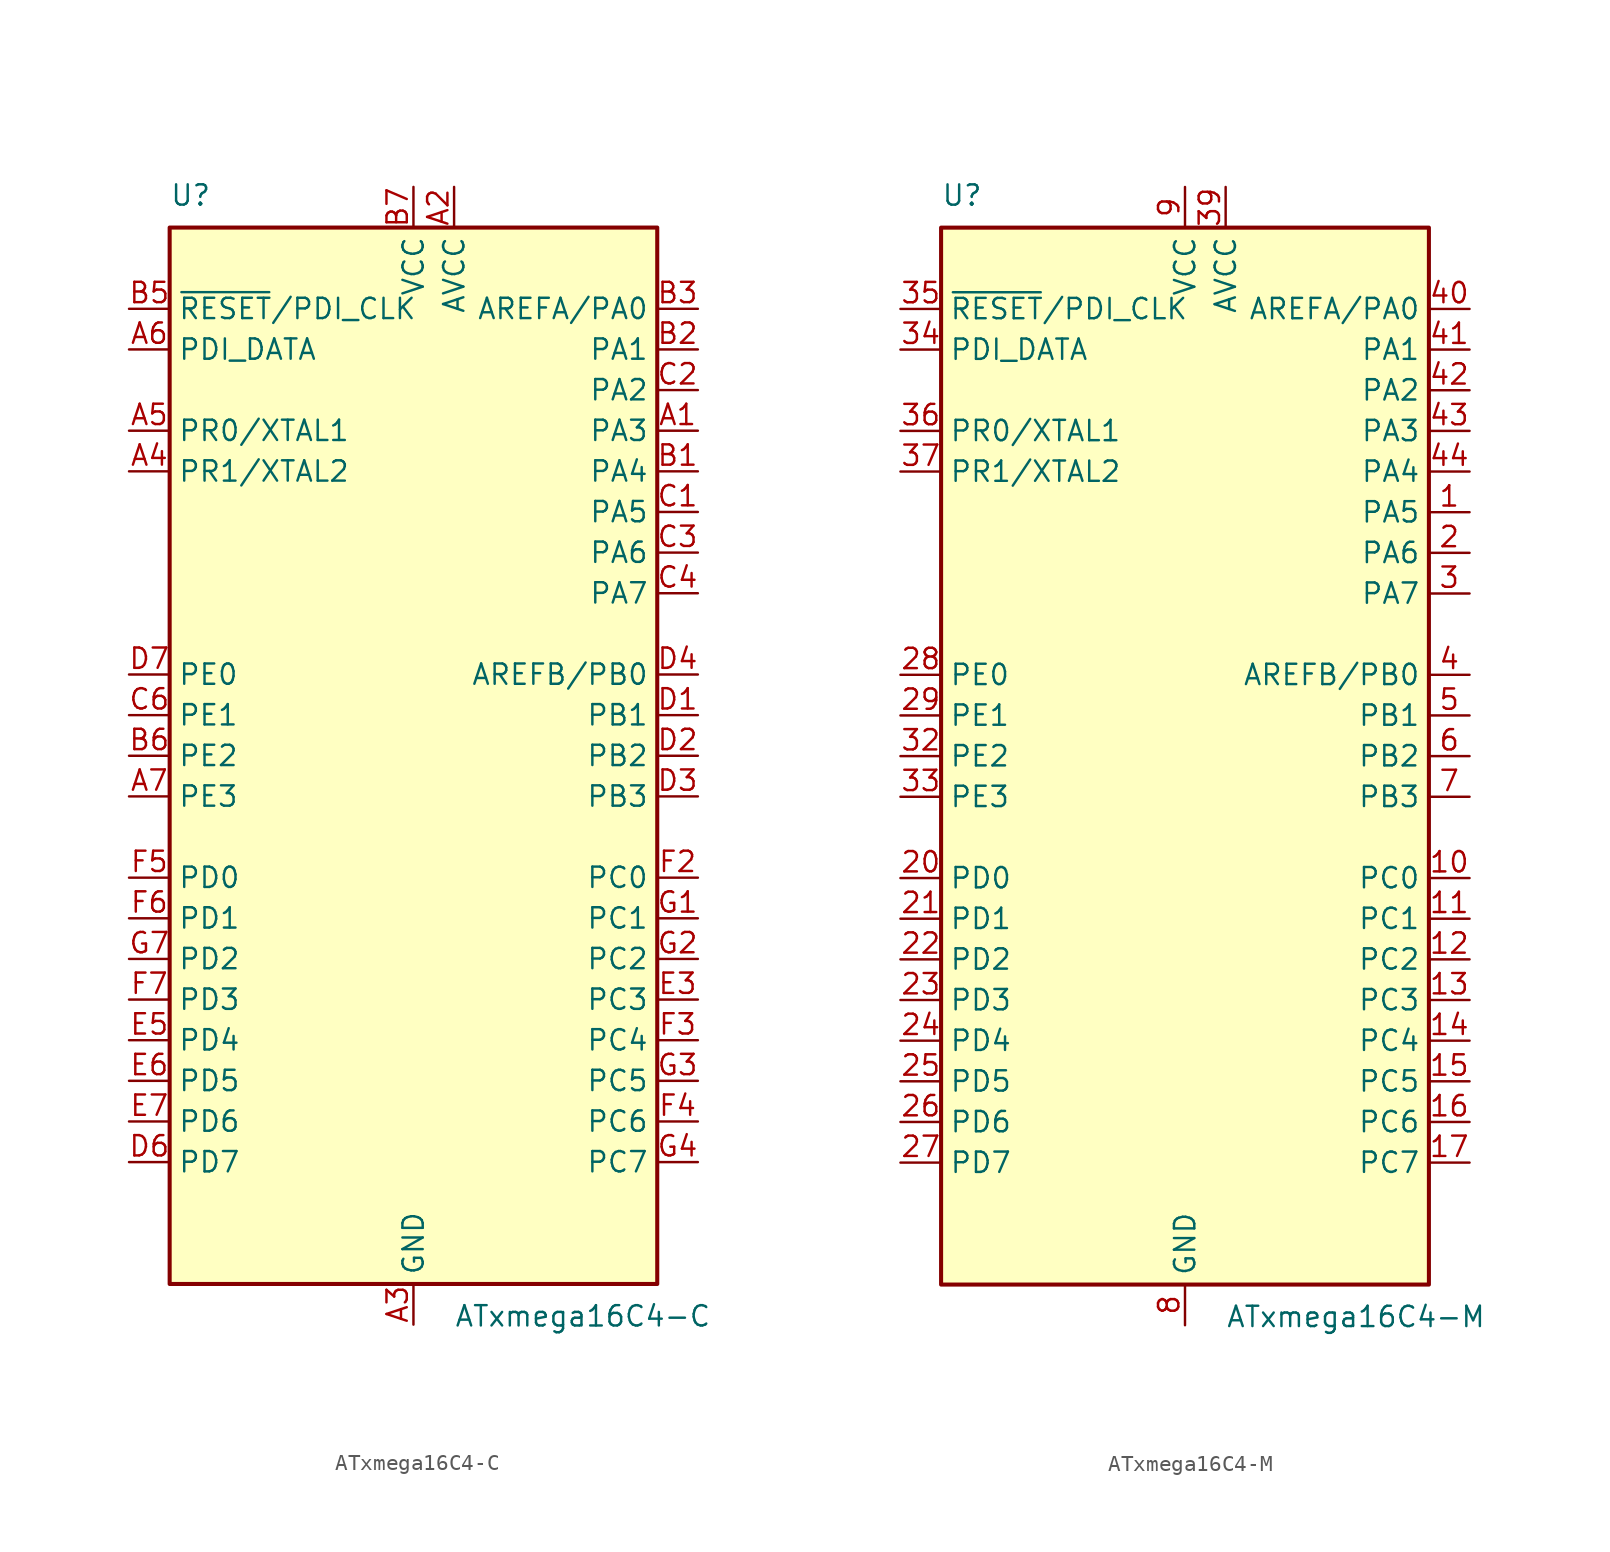
<source format=kicad_sym>
(kicad_symbol_lib
  (version 20201005)
  (generator kicad_symbol_editor)
  (symbol "ATxmega16C4-C"
    (property "Reference" "U"
      (at -15.24 34.29 0)
      (effects (font (size 1.27 1.27)) (justify left bottom)))
    (property "Value" "ATxmega16C4-C"
      (at 2.54 -34.29 0)
      (effects (font (size 1.27 1.27)) (justify left top)))
    (symbol "ATxmega16C4-C_0_1"
      (rectangle (start -15.24 -33.02) (end 15.24 33.02) (stroke (width 0.254)) (fill (type background))))
    (symbol "ATxmega16C4-C_1_1"
      (pin bidirectional line (at 17.78 20.32 180) (length 2.54) (name "PA3" (effects (font (size 1.27 1.27)))) (number "A1" (effects (font (size 1.27 1.27)))))
      (pin power_in line (at 2.54 35.56 270) (length 2.54) (name "AVCC" (effects (font (size 1.27 1.27)))) (number "A2" (effects (font (size 1.27 1.27)))))
      (pin power_in line (at 0 -35.56 90) (length 2.54) (name "GND" (effects (font (size 1.27 1.27)))) (number "A3" (effects (font (size 1.27 1.27)))))
      (pin bidirectional line (at -17.78 17.78 0) (length 2.54) (name "PR1/XTAL2" (effects (font (size 1.27 1.27)))) (number "A4" (effects (font (size 1.27 1.27)))))
      (pin bidirectional line (at -17.78 20.32 0) (length 2.54) (name "PR0/XTAL1" (effects (font (size 1.27 1.27)))) (number "A5" (effects (font (size 1.27 1.27)))))
      (pin bidirectional line (at -17.78 25.4 0) (length 2.54) (name "PDI_DATA" (effects (font (size 1.27 1.27)))) (number "A6" (effects (font (size 1.27 1.27)))))
      (pin bidirectional line (at -17.78 -2.54 0) (length 2.54) (name "PE3" (effects (font (size 1.27 1.27)))) (number "A7" (effects (font (size 1.27 1.27)))))
      (pin bidirectional line (at 17.78 17.78 180) (length 2.54) (name "PA4" (effects (font (size 1.27 1.27)))) (number "B1" (effects (font (size 1.27 1.27)))))
      (pin bidirectional line (at 17.78 25.4 180) (length 2.54) (name "PA1" (effects (font (size 1.27 1.27)))) (number "B2" (effects (font (size 1.27 1.27)))))
      (pin bidirectional line (at 17.78 27.94 180) (length 2.54) (name "AREFA/PA0" (effects (font (size 1.27 1.27)))) (number "B3" (effects (font (size 1.27 1.27)))))
      (pin passive line (at 0 -35.56 90) (length 2.54) hide (name "GND" (effects (font (size 1.27 1.27)))) (number "B4" (effects (font (size 1.27 1.27)))))
      (pin input line (at -17.78 27.94 0) (length 2.54) (name "~RESET~/PDI_CLK" (effects (font (size 1.27 1.27)))) (number "B5" (effects (font (size 1.27 1.27)))))
      (pin bidirectional line (at -17.78 0 0) (length 2.54) (name "PE2" (effects (font (size 1.27 1.27)))) (number "B6" (effects (font (size 1.27 1.27)))))
      (pin power_in line (at 0 35.56 270) (length 2.54) (name "VCC" (effects (font (size 1.27 1.27)))) (number "B7" (effects (font (size 1.27 1.27)))))
      (pin bidirectional line (at 17.78 15.24 180) (length 2.54) (name "PA5" (effects (font (size 1.27 1.27)))) (number "C1" (effects (font (size 1.27 1.27)))))
      (pin bidirectional line (at 17.78 22.86 180) (length 2.54) (name "PA2" (effects (font (size 1.27 1.27)))) (number "C2" (effects (font (size 1.27 1.27)))))
      (pin bidirectional line (at 17.78 12.7 180) (length 2.54) (name "PA6" (effects (font (size 1.27 1.27)))) (number "C3" (effects (font (size 1.27 1.27)))))
      (pin bidirectional line (at 17.78 10.16 180) (length 2.54) (name "PA7" (effects (font (size 1.27 1.27)))) (number "C4" (effects (font (size 1.27 1.27)))))
      (pin passive line (at 0 -35.56 90) (length 2.54) hide (name "GND" (effects (font (size 1.27 1.27)))) (number "C5" (effects (font (size 1.27 1.27)))))
      (pin bidirectional line (at -17.78 2.54 0) (length 2.54) (name "PE1" (effects (font (size 1.27 1.27)))) (number "C6" (effects (font (size 1.27 1.27)))))
      (pin passive line (at 0 -35.56 90) (length 2.54) hide (name "GND" (effects (font (size 1.27 1.27)))) (number "C7" (effects (font (size 1.27 1.27)))))
      (pin bidirectional line (at 17.78 2.54 180) (length 2.54) (name "PB1" (effects (font (size 1.27 1.27)))) (number "D1" (effects (font (size 1.27 1.27)))))
      (pin bidirectional line (at 17.78 0 180) (length 2.54) (name "PB2" (effects (font (size 1.27 1.27)))) (number "D2" (effects (font (size 1.27 1.27)))))
      (pin bidirectional line (at 17.78 -2.54 180) (length 2.54) (name "PB3" (effects (font (size 1.27 1.27)))) (number "D3" (effects (font (size 1.27 1.27)))))
      (pin bidirectional line (at 17.78 5.08 180) (length 2.54) (name "AREFB/PB0" (effects (font (size 1.27 1.27)))) (number "D4" (effects (font (size 1.27 1.27)))))
      (pin passive line (at 0 -35.56 90) (length 2.54) hide (name "GND" (effects (font (size 1.27 1.27)))) (number "D5" (effects (font (size 1.27 1.27)))))
      (pin bidirectional line (at -17.78 -25.4 0) (length 2.54) (name "PD7" (effects (font (size 1.27 1.27)))) (number "D6" (effects (font (size 1.27 1.27)))))
      (pin bidirectional line (at -17.78 5.08 0) (length 2.54) (name "PE0" (effects (font (size 1.27 1.27)))) (number "D7" (effects (font (size 1.27 1.27)))))
      (pin passive line (at 0 -35.56 90) (length 2.54) hide (name "GND" (effects (font (size 1.27 1.27)))) (number "E1" (effects (font (size 1.27 1.27)))))
      (pin passive line (at 0 -35.56 90) (length 2.54) hide (name "GND" (effects (font (size 1.27 1.27)))) (number "E2" (effects (font (size 1.27 1.27)))))
      (pin bidirectional line (at 17.78 -15.24 180) (length 2.54) (name "PC3" (effects (font (size 1.27 1.27)))) (number "E3" (effects (font (size 1.27 1.27)))))
      (pin passive line (at 0 -35.56 90) (length 2.54) hide (name "GND" (effects (font (size 1.27 1.27)))) (number "E4" (effects (font (size 1.27 1.27)))))
      (pin bidirectional line (at -17.78 -17.78 0) (length 2.54) (name "PD4" (effects (font (size 1.27 1.27)))) (number "E5" (effects (font (size 1.27 1.27)))))
      (pin bidirectional line (at -17.78 -20.32 0) (length 2.54) (name "PD5" (effects (font (size 1.27 1.27)))) (number "E6" (effects (font (size 1.27 1.27)))))
      (pin bidirectional line (at -17.78 -22.86 0) (length 2.54) (name "PD6" (effects (font (size 1.27 1.27)))) (number "E7" (effects (font (size 1.27 1.27)))))
      (pin passive line (at 0 35.56 270) (length 2.54) hide (name "VCC" (effects (font (size 1.27 1.27)))) (number "F1" (effects (font (size 1.27 1.27)))))
      (pin bidirectional line (at 17.78 -7.62 180) (length 2.54) (name "PC0" (effects (font (size 1.27 1.27)))) (number "F2" (effects (font (size 1.27 1.27)))))
      (pin bidirectional line (at 17.78 -17.78 180) (length 2.54) (name "PC4" (effects (font (size 1.27 1.27)))) (number "F3" (effects (font (size 1.27 1.27)))))
      (pin bidirectional line (at 17.78 -22.86 180) (length 2.54) (name "PC6" (effects (font (size 1.27 1.27)))) (number "F4" (effects (font (size 1.27 1.27)))))
      (pin bidirectional line (at -17.78 -7.62 0) (length 2.54) (name "PD0" (effects (font (size 1.27 1.27)))) (number "F5" (effects (font (size 1.27 1.27)))))
      (pin bidirectional line (at -17.78 -10.16 0) (length 2.54) (name "PD1" (effects (font (size 1.27 1.27)))) (number "F6" (effects (font (size 1.27 1.27)))))
      (pin bidirectional line (at -17.78 -15.24 0) (length 2.54) (name "PD3" (effects (font (size 1.27 1.27)))) (number "F7" (effects (font (size 1.27 1.27)))))
      (pin bidirectional line (at 17.78 -10.16 180) (length 2.54) (name "PC1" (effects (font (size 1.27 1.27)))) (number "G1" (effects (font (size 1.27 1.27)))))
      (pin bidirectional line (at 17.78 -12.7 180) (length 2.54) (name "PC2" (effects (font (size 1.27 1.27)))) (number "G2" (effects (font (size 1.27 1.27)))))
      (pin bidirectional line (at 17.78 -20.32 180) (length 2.54) (name "PC5" (effects (font (size 1.27 1.27)))) (number "G3" (effects (font (size 1.27 1.27)))))
      (pin bidirectional line (at 17.78 -25.4 180) (length 2.54) (name "PC7" (effects (font (size 1.27 1.27)))) (number "G4" (effects (font (size 1.27 1.27)))))
      (pin passive line (at 0 -35.56 90) (length 2.54) hide (name "GND" (effects (font (size 1.27 1.27)))) (number "G5" (effects (font (size 1.27 1.27)))))
      (pin passive line (at 0 35.56 270) (length 2.54) hide (name "VCC" (effects (font (size 1.27 1.27)))) (number "G6" (effects (font (size 1.27 1.27)))))
      (pin bidirectional line (at -17.78 -12.7 0) (length 2.54) (name "PD2" (effects (font (size 1.27 1.27)))) (number "G7" (effects (font (size 1.27 1.27)))))))
  (symbol "ATxmega16C4-M"
    (property "Reference" "U"
      (at -15.24 34.29 0)
      (effects (font (size 1.27 1.27)) (justify left bottom)))
    (property "Value" "ATxmega16C4-M"
      (at 2.54 -34.29 0)
      (effects (font (size 1.27 1.27)) (justify left top)))
    (symbol "ATxmega16C4-M_0_1"
      (rectangle (start -15.24 -33.02) (end 15.24 33.02) (stroke (width 0.254)) (fill (type background))))
    (symbol "ATxmega16C4-M_1_1"
      (pin bidirectional line (at 17.78 15.24 180) (length 2.54) (name "PA5" (effects (font (size 1.27 1.27)))) (number "1" (effects (font (size 1.27 1.27)))))
      (pin bidirectional line (at 17.78 -7.62 180) (length 2.54) (name "PC0" (effects (font (size 1.27 1.27)))) (number "10" (effects (font (size 1.27 1.27)))))
      (pin bidirectional line (at 17.78 -10.16 180) (length 2.54) (name "PC1" (effects (font (size 1.27 1.27)))) (number "11" (effects (font (size 1.27 1.27)))))
      (pin bidirectional line (at 17.78 -12.7 180) (length 2.54) (name "PC2" (effects (font (size 1.27 1.27)))) (number "12" (effects (font (size 1.27 1.27)))))
      (pin bidirectional line (at 17.78 -15.24 180) (length 2.54) (name "PC3" (effects (font (size 1.27 1.27)))) (number "13" (effects (font (size 1.27 1.27)))))
      (pin bidirectional line (at 17.78 -17.78 180) (length 2.54) (name "PC4" (effects (font (size 1.27 1.27)))) (number "14" (effects (font (size 1.27 1.27)))))
      (pin bidirectional line (at 17.78 -20.32 180) (length 2.54) (name "PC5" (effects (font (size 1.27 1.27)))) (number "15" (effects (font (size 1.27 1.27)))))
      (pin bidirectional line (at 17.78 -22.86 180) (length 2.54) (name "PC6" (effects (font (size 1.27 1.27)))) (number "16" (effects (font (size 1.27 1.27)))))
      (pin bidirectional line (at 17.78 -25.4 180) (length 2.54) (name "PC7" (effects (font (size 1.27 1.27)))) (number "17" (effects (font (size 1.27 1.27)))))
      (pin passive line (at 0 -35.56 90) (length 2.54) hide (name "GND" (effects (font (size 1.27 1.27)))) (number "18" (effects (font (size 1.27 1.27)))))
      (pin passive line (at 0 35.56 270) (length 2.54) hide (name "VCC" (effects (font (size 1.27 1.27)))) (number "19" (effects (font (size 1.27 1.27)))))
      (pin bidirectional line (at 17.78 12.7 180) (length 2.54) (name "PA6" (effects (font (size 1.27 1.27)))) (number "2" (effects (font (size 1.27 1.27)))))
      (pin bidirectional line (at -17.78 -7.62 0) (length 2.54) (name "PD0" (effects (font (size 1.27 1.27)))) (number "20" (effects (font (size 1.27 1.27)))))
      (pin bidirectional line (at -17.78 -10.16 0) (length 2.54) (name "PD1" (effects (font (size 1.27 1.27)))) (number "21" (effects (font (size 1.27 1.27)))))
      (pin bidirectional line (at -17.78 -12.7 0) (length 2.54) (name "PD2" (effects (font (size 1.27 1.27)))) (number "22" (effects (font (size 1.27 1.27)))))
      (pin bidirectional line (at -17.78 -15.24 0) (length 2.54) (name "PD3" (effects (font (size 1.27 1.27)))) (number "23" (effects (font (size 1.27 1.27)))))
      (pin bidirectional line (at -17.78 -17.78 0) (length 2.54) (name "PD4" (effects (font (size 1.27 1.27)))) (number "24" (effects (font (size 1.27 1.27)))))
      (pin bidirectional line (at -17.78 -20.32 0) (length 2.54) (name "PD5" (effects (font (size 1.27 1.27)))) (number "25" (effects (font (size 1.27 1.27)))))
      (pin bidirectional line (at -17.78 -22.86 0) (length 2.54) (name "PD6" (effects (font (size 1.27 1.27)))) (number "26" (effects (font (size 1.27 1.27)))))
      (pin bidirectional line (at -17.78 -25.4 0) (length 2.54) (name "PD7" (effects (font (size 1.27 1.27)))) (number "27" (effects (font (size 1.27 1.27)))))
      (pin bidirectional line (at -17.78 5.08 0) (length 2.54) (name "PE0" (effects (font (size 1.27 1.27)))) (number "28" (effects (font (size 1.27 1.27)))))
      (pin bidirectional line (at -17.78 2.54 0) (length 2.54) (name "PE1" (effects (font (size 1.27 1.27)))) (number "29" (effects (font (size 1.27 1.27)))))
      (pin bidirectional line (at 17.78 10.16 180) (length 2.54) (name "PA7" (effects (font (size 1.27 1.27)))) (number "3" (effects (font (size 1.27 1.27)))))
      (pin passive line (at 0 -35.56 90) (length 2.54) hide (name "GND" (effects (font (size 1.27 1.27)))) (number "30" (effects (font (size 1.27 1.27)))))
      (pin passive line (at 0 35.56 270) (length 2.54) hide (name "VCC" (effects (font (size 1.27 1.27)))) (number "31" (effects (font (size 1.27 1.27)))))
      (pin bidirectional line (at -17.78 0 0) (length 2.54) (name "PE2" (effects (font (size 1.27 1.27)))) (number "32" (effects (font (size 1.27 1.27)))))
      (pin bidirectional line (at -17.78 -2.54 0) (length 2.54) (name "PE3" (effects (font (size 1.27 1.27)))) (number "33" (effects (font (size 1.27 1.27)))))
      (pin bidirectional line (at -17.78 25.4 0) (length 2.54) (name "PDI_DATA" (effects (font (size 1.27 1.27)))) (number "34" (effects (font (size 1.27 1.27)))))
      (pin input line (at -17.78 27.94 0) (length 2.54) (name "~RESET~/PDI_CLK" (effects (font (size 1.27 1.27)))) (number "35" (effects (font (size 1.27 1.27)))))
      (pin bidirectional line (at -17.78 20.32 0) (length 2.54) (name "PR0/XTAL1" (effects (font (size 1.27 1.27)))) (number "36" (effects (font (size 1.27 1.27)))))
      (pin bidirectional line (at -17.78 17.78 0) (length 2.54) (name "PR1/XTAL2" (effects (font (size 1.27 1.27)))) (number "37" (effects (font (size 1.27 1.27)))))
      (pin passive line (at 0 -35.56 90) (length 2.54) hide (name "GND" (effects (font (size 1.27 1.27)))) (number "38" (effects (font (size 1.27 1.27)))))
      (pin power_in line (at 2.54 35.56 270) (length 2.54) (name "AVCC" (effects (font (size 1.27 1.27)))) (number "39" (effects (font (size 1.27 1.27)))))
      (pin bidirectional line (at 17.78 5.08 180) (length 2.54) (name "AREFB/PB0" (effects (font (size 1.27 1.27)))) (number "4" (effects (font (size 1.27 1.27)))))
      (pin bidirectional line (at 17.78 27.94 180) (length 2.54) (name "AREFA/PA0" (effects (font (size 1.27 1.27)))) (number "40" (effects (font (size 1.27 1.27)))))
      (pin bidirectional line (at 17.78 25.4 180) (length 2.54) (name "PA1" (effects (font (size 1.27 1.27)))) (number "41" (effects (font (size 1.27 1.27)))))
      (pin bidirectional line (at 17.78 22.86 180) (length 2.54) (name "PA2" (effects (font (size 1.27 1.27)))) (number "42" (effects (font (size 1.27 1.27)))))
      (pin bidirectional line (at 17.78 20.32 180) (length 2.54) (name "PA3" (effects (font (size 1.27 1.27)))) (number "43" (effects (font (size 1.27 1.27)))))
      (pin bidirectional line (at 17.78 17.78 180) (length 2.54) (name "PA4" (effects (font (size 1.27 1.27)))) (number "44" (effects (font (size 1.27 1.27)))))
      (pin passive line (at 0 -35.56 90) (length 2.54) hide (name "GND" (effects (font (size 1.27 1.27)))) (number "45" (effects (font (size 1.27 1.27)))))
      (pin bidirectional line (at 17.78 2.54 180) (length 2.54) (name "PB1" (effects (font (size 1.27 1.27)))) (number "5" (effects (font (size 1.27 1.27)))))
      (pin bidirectional line (at 17.78 0 180) (length 2.54) (name "PB2" (effects (font (size 1.27 1.27)))) (number "6" (effects (font (size 1.27 1.27)))))
      (pin bidirectional line (at 17.78 -2.54 180) (length 2.54) (name "PB3" (effects (font (size 1.27 1.27)))) (number "7" (effects (font (size 1.27 1.27)))))
      (pin power_in line (at 0 -35.56 90) (length 2.54) (name "GND" (effects (font (size 1.27 1.27)))) (number "8" (effects (font (size 1.27 1.27)))))
      (pin power_in line (at 0 35.56 270) (length 2.54) (name "VCC" (effects (font (size 1.27 1.27)))) (number "9" (effects (font (size 1.27 1.27))))))))
</source>
